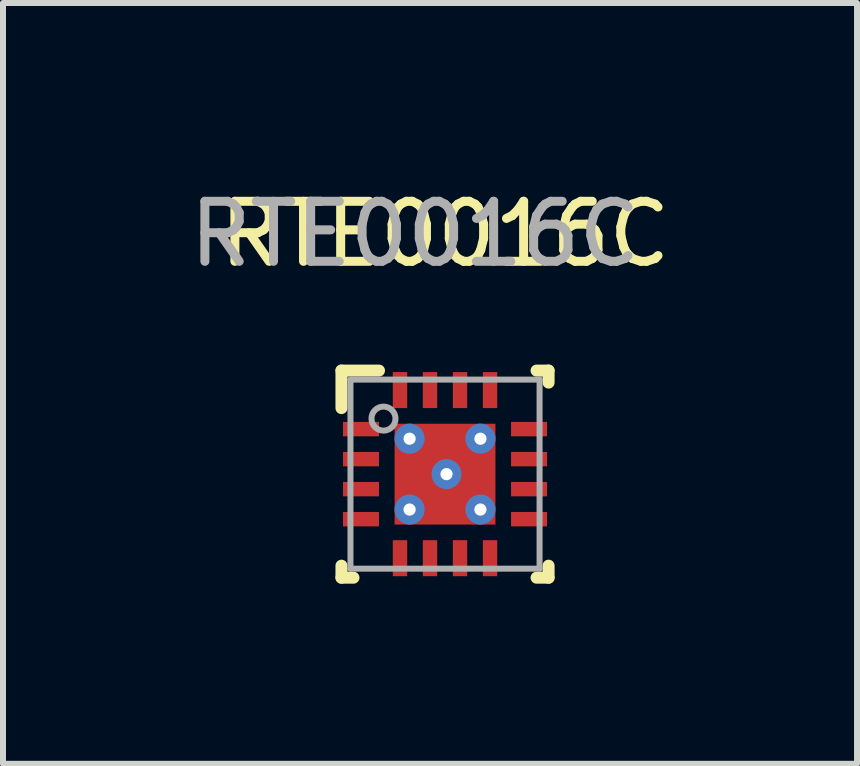
<source format=kicad_pcb>
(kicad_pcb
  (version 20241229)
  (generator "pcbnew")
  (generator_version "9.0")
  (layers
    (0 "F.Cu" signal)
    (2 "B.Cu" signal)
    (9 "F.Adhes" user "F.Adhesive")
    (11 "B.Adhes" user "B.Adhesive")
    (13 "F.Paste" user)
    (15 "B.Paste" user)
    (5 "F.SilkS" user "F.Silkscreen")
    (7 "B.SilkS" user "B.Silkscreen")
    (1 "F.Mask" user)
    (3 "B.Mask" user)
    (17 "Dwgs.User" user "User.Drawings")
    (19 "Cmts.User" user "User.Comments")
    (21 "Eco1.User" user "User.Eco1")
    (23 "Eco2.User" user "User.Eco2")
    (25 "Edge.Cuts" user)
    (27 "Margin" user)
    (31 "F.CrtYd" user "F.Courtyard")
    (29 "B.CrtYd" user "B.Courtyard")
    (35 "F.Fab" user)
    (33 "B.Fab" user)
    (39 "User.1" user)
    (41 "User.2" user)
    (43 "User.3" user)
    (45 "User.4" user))
  (footprint "RTE0016C"
    (layer "F.Cu")
    (at 4.363 4.848)
    (property "Reference" "RTE0016C" (at 0 -4 0) (unlocked yes) (layer "F.SilkS") (effects (font (size 1 1) (thickness 0.15))))
    (attr smd)
    (fp_line (start -1.725 -1.725) (end -1.1 -1.725) (stroke (width 0.2) (type solid)) (layer "F.SilkS"))
    (fp_line (start -1.725 -1.1) (end -1.725 -1.725) (stroke (width 0.2) (type solid)) (layer "F.SilkS"))
    (fp_line (start -1.725 1.725) (end -1.725 1.525) (stroke (width 0.2) (type solid)) (layer "F.SilkS"))
    (fp_line (start -1.725 1.725) (end -1.525 1.725) (stroke (width 0.2) (type solid)) (layer "F.SilkS"))
    (fp_line (start 1.525 -1.725) (end 1.725 -1.725) (stroke (width 0.2) (type solid)) (layer "F.SilkS"))
    (fp_line (start 1.525 1.725) (end 1.725 1.725) (stroke (width 0.2) (type solid)) (layer "F.SilkS"))
    (fp_line (start 1.725 -1.525) (end 1.725 -1.725) (stroke (width 0.2) (type solid)) (layer "F.SilkS"))
    (fp_line (start 1.725 1.725) (end 1.725 1.525) (stroke (width 0.2) (type solid)) (layer "F.SilkS"))
    (fp_poly (pts (xy -0.775 0.728) (xy -0.775 -0.729) (xy -0.774 -0.738) (xy -0.771 -0.746) (xy -0.767 -0.754) (xy -0.761 -0.761) (xy -0.754 -0.767) (xy -0.746 -0.771) (xy -0.738 -0.774) (xy -0.729 -0.775) (xy 0.729 -0.775) (xy 0.738 -0.774) (xy 0.746 -0.771) (xy 0.754 -0.767) (xy 0.761 -0.761) (xy 0.767 -0.754) (xy 0.771 -0.746) (xy 0.774 -0.738) (xy 0.775 -0.729) (xy 0.775 0.728) (xy 0.774 0.738) (xy 0.771 0.746) (xy 0.767 0.754) (xy 0.761 0.761) (xy 0.754 0.767) (xy 0.746 0.771) (xy 0.738 0.774) (xy 0.729 0.775) (xy -0.729 0.775) (xy -0.738 0.774) (xy -0.746 0.771) (xy -0.754 0.767) (xy -0.761 0.761) (xy -0.767 0.754) (xy -0.771 0.746) (xy -0.774 0.738)) (stroke (width 0) (type solid)) (fill yes) (layer "F.Paste"))
    (fp_line (start -1.575 -1.575) (end 1.575 -1.575) (stroke (width 0.1) (type solid)) (layer "F.Fab"))
    (fp_line (start -1.575 1.575) (end -1.575 -1.575) (stroke (width 0.1) (type solid)) (layer "F.Fab"))
    (fp_line (start -1.575 1.575) (end 1.575 1.575) (stroke (width 0.1) (type solid)) (layer "F.Fab"))
    (fp_line (start 1.575 1.575) (end 1.575 -1.575) (stroke (width 0.1) (type solid)) (layer "F.Fab"))
    (fp_circle (center -1.025 -0.925) (end -0.825 -0.925) (stroke (width 0.1) (type solid)) (fill no) (layer "F.Fab"))
    (fp_text user "${REFERENCE}" (at -0.5 -4 0) (unlocked yes) (layer "F.Fab") (effects (font (size 1 1) (thickness 0.15))))
    (pad "1" smd rect (at -1.4 -0.75 90) (size 0.24 0.6) (layers "F.Cu" "F.Mask" "F.Paste"))
    (pad "2" smd rect (at -1.4 -0.25 90) (size 0.24 0.6) (layers "F.Cu" "F.Mask" "F.Paste"))
    (pad "3" smd rect (at -1.4 0.25 90) (size 0.24 0.6) (layers "F.Cu" "F.Mask" "F.Paste"))
    (pad "4" smd rect (at -1.4 0.75 90) (size 0.24 0.6) (layers "F.Cu" "F.Mask" "F.Paste"))
    (pad "5" smd rect (at -0.75 1.4) (size 0.24 0.6) (layers "F.Cu" "F.Mask" "F.Paste"))
    (pad "6" smd rect (at -0.25 1.4) (size 0.24 0.6) (layers "F.Cu" "F.Mask" "F.Paste"))
    (pad "7" smd rect (at 0.25 1.4) (size 0.24 0.6) (layers "F.Cu" "F.Mask" "F.Paste"))
    (pad "8" smd rect (at 0.75 1.4) (size 0.24 0.6) (layers "F.Cu" "F.Mask" "F.Paste"))
    (pad "9" smd rect (at 1.4 0.75 90) (size 0.24 0.6) (layers "F.Cu" "F.Mask" "F.Paste"))
    (pad "10" smd rect (at 1.4 0.25 90) (size 0.24 0.6) (layers "F.Cu" "F.Mask" "F.Paste"))
    (pad "11" smd rect (at 1.4 -0.25 90) (size 0.24 0.6) (layers "F.Cu" "F.Mask" "F.Paste"))
    (pad "12" smd rect (at 1.4 -0.75 90) (size 0.24 0.6) (layers "F.Cu" "F.Mask" "F.Paste"))
    (pad "13" smd rect (at 0.75 -1.4) (size 0.24 0.6) (layers "F.Cu" "F.Mask" "F.Paste"))
    (pad "14" smd rect (at 0.25 -1.4) (size 0.24 0.6) (layers "F.Cu" "F.Mask" "F.Paste"))
    (pad "15" smd rect (at -0.25 -1.4) (size 0.24 0.6) (layers "F.Cu" "F.Mask" "F.Paste"))
    (pad "16" smd rect (at -0.75 -1.4) (size 0.24 0.6) (layers "F.Cu" "F.Mask" "F.Paste"))
    (pad "17" smd rect (at 0.000003 -0.000003) (size 1.68 1.68) (layers "F.Cu" "F.Mask"))
    (pad "18" thru_hole circle (at 0.59 -0.59) (size 0.5 0.5) (drill 0.203) (layers "*.Cu" "*.Mask"))
    (pad "19" thru_hole circle (at 0.59 0.59) (size 0.5 0.5) (drill 0.203) (layers "*.Cu" "*.Mask"))
    (pad "20" thru_hole circle (at -0.59 0.59) (size 0.5 0.5) (drill 0.203) (layers "*.Cu" "*.Mask"))
    (pad "21" thru_hole circle (at -0.59 -0.59) (size 0.5 0.5) (drill 0.203) (layers "*.Cu" "*.Mask"))
    (pad "22" thru_hole circle (at 0.025 -0.000003) (size 0.5 0.5) (drill 0.203) (layers "*.Cu" "*.Mask")))
  (gr_rect
    (start -3 -3)
    (end 11.226 9.673)
    (stroke (width 0.1) (type default))
    (fill no)
    (layer "Edge.Cuts")))
</source>
